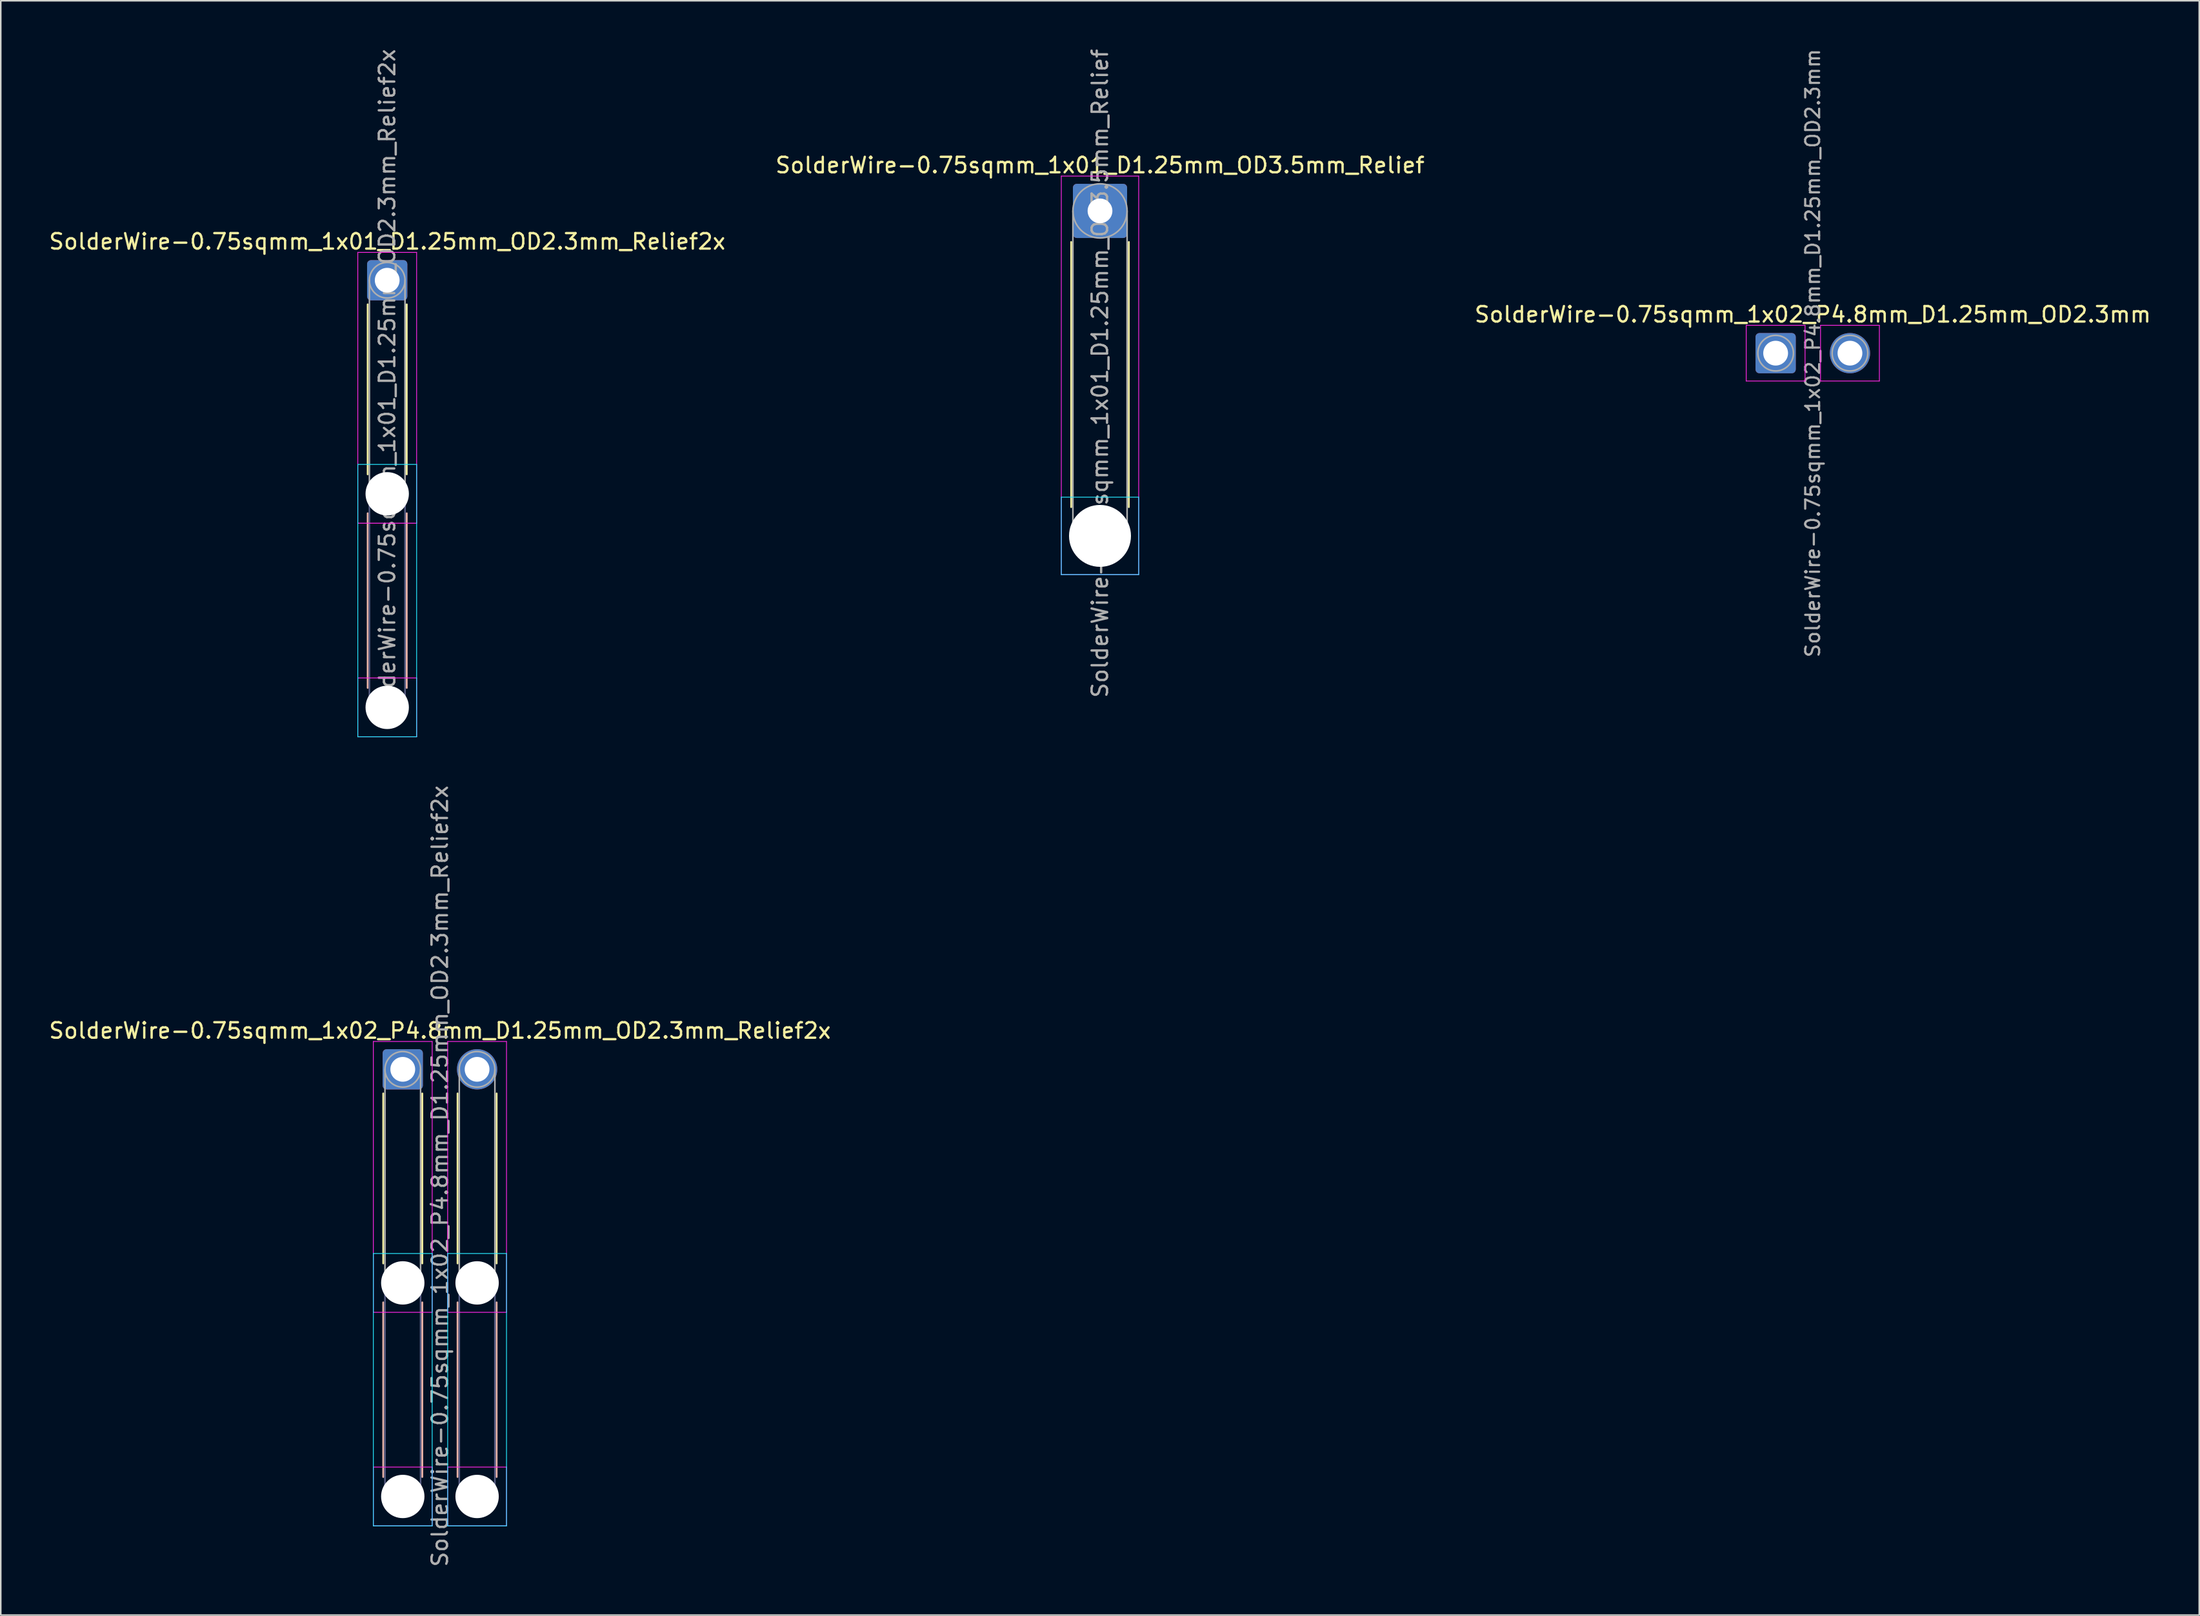
<source format=kicad_pcb>
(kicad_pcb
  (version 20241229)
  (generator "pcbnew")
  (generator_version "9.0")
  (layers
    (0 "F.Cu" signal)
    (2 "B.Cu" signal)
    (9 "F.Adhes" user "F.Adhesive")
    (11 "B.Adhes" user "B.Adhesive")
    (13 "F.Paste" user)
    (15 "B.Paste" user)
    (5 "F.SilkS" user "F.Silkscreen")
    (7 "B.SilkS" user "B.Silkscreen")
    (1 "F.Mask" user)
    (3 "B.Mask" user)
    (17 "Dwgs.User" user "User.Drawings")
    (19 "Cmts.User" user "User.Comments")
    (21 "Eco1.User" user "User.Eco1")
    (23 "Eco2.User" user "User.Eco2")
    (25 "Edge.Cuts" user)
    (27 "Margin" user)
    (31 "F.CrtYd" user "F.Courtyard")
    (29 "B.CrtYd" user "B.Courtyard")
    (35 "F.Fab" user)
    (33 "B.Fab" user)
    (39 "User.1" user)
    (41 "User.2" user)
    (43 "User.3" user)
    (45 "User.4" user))
  (footprint "SolderWire-0.75sqmm_1x02_P4.8mm_D1.25mm_OD2.3mm"
    (layer "F.Cu")
    (at 111.63 19.77)
    (property "Reference" "SolderWire-0.75sqmm_1x02_P4.8mm_D1.25mm_OD2.3mm" (at 2.4 -2.5 0) (layer "F.SilkS") (effects (font (size 1 1) (thickness 0.15))))
    (attr exclude_from_pos_files exclude_from_bom)
    (fp_line (start -1.9 -1.8) (end -1.9 1.8) (stroke (width 0.05) (type solid)) (layer "F.CrtYd"))
    (fp_line (start -1.9 1.8) (end 1.9 1.8) (stroke (width 0.05) (type solid)) (layer "F.CrtYd"))
    (fp_line (start 1.9 -1.8) (end -1.9 -1.8) (stroke (width 0.05) (type solid)) (layer "F.CrtYd"))
    (fp_line (start 1.9 1.8) (end 1.9 -1.8) (stroke (width 0.05) (type solid)) (layer "F.CrtYd"))
    (fp_line (start 2.9 -1.8) (end 2.9 1.8) (stroke (width 0.05) (type solid)) (layer "F.CrtYd"))
    (fp_line (start 2.9 1.8) (end 6.7 1.8) (stroke (width 0.05) (type solid)) (layer "F.CrtYd"))
    (fp_line (start 6.7 -1.8) (end 2.9 -1.8) (stroke (width 0.05) (type solid)) (layer "F.CrtYd"))
    (fp_line (start 6.7 1.8) (end 6.7 -1.8) (stroke (width 0.05) (type solid)) (layer "F.CrtYd"))
    (fp_circle (center 0 0) (end 1.15 0) (stroke (width 0.1) (type solid)) (fill no) (layer "F.Fab"))
    (fp_circle (center 4.8 0) (end 5.95 0) (stroke (width 0.1) (type solid)) (fill no) (layer "F.Fab"))
    (fp_text user "${REFERENCE}" (at 2.4 0 90) (layer "F.Fab") (effects (font (size 0.9 0.9) (thickness 0.14))))
    (pad "1" thru_hole roundrect (at 0 0) (size 2.6 2.6) (drill 1.6) (layers "*.Cu" "*.Mask") (roundrect_rratio 0.096))
    (pad "2" thru_hole circle (at 4.8 0) (size 2.6 2.6) (drill 1.6) (layers "*.Cu" "*.Mask")))
  (footprint "SolderWire-0.75sqmm_1x01_D1.25mm_OD3.5mm_Relief"
    (layer "F.Cu")
    (at 67.994 10.577)
    (property "Reference" "SolderWire-0.75sqmm_1x01_D1.25mm_OD3.5mm_Relief" (at 0 -2.95 0) (layer "F.SilkS") (effects (font (size 1 1) (thickness 0.15))))
    (attr exclude_from_pos_files exclude_from_bom)
    (fp_line (start -1.86 2.01) (end -1.86 19.14) (stroke (width 0.12) (type solid)) (layer "F.SilkS"))
    (fp_line (start 1.86 2.01) (end 1.86 19.14) (stroke (width 0.12) (type solid)) (layer "F.SilkS"))
    (fp_line (start -2.5 18.5) (end -2.5 23.5) (stroke (width 0.05) (type solid)) (layer "B.CrtYd"))
    (fp_line (start -2.5 23.5) (end 2.5 23.5) (stroke (width 0.05) (type solid)) (layer "B.CrtYd"))
    (fp_line (start 2.5 18.5) (end -2.5 18.5) (stroke (width 0.05) (type solid)) (layer "B.CrtYd"))
    (fp_line (start 2.5 23.5) (end 2.5 18.5) (stroke (width 0.05) (type solid)) (layer "B.CrtYd"))
    (fp_line (start -2.5 -2.25) (end -2.5 23.5) (stroke (width 0.05) (type solid)) (layer "F.CrtYd"))
    (fp_line (start -2.5 23.5) (end 2.5 23.5) (stroke (width 0.05) (type solid)) (layer "F.CrtYd"))
    (fp_line (start 2.5 -2.25) (end -2.5 -2.25) (stroke (width 0.05) (type solid)) (layer "F.CrtYd"))
    (fp_line (start 2.5 23.5) (end 2.5 -2.25) (stroke (width 0.05) (type solid)) (layer "F.CrtYd"))
    (fp_line (start -1.75 0) (end -1.75 21) (stroke (width 0.1) (type solid)) (layer "F.Fab"))
    (fp_line (start 1.75 0) (end 1.75 21) (stroke (width 0.1) (type solid)) (layer "F.Fab"))
    (fp_circle (center 0 0) (end 1.75 0) (stroke (width 0.1) (type solid)) (fill no) (layer "F.Fab"))
    (fp_circle (center 0 21) (end 1.75 21) (stroke (width 0.1) (type solid)) (fill no) (layer "F.Fab"))
    (fp_text user "${REFERENCE}" (at 0 10.5 90) (layer "F.Fab") (effects (font (size 1 1) (thickness 0.15))))
    (pad "" np_thru_hole circle (at 0 21) (size 4 4) (drill 4) (layers "*.Cu" "*.Mask"))
    (pad "1" thru_hole roundrect (at 0 0) (size 3.5 3.5) (drill 1.6) (layers "*.Cu" "*.Mask") (roundrect_rratio 0.071)))
  (footprint "SolderWire-0.75sqmm_1x01_D1.25mm_OD2.3mm_Relief2x"
    (layer "F.Cu")
    (at 21.958 15.058)
    (property "Reference" "SolderWire-0.75sqmm_1x01_D1.25mm_OD2.3mm_Relief2x" (at 0 -2.5 0) (layer "F.SilkS") (effects (font (size 1 1) (thickness 0.15))))
    (attr exclude_from_pos_files exclude_from_bom)
    (fp_line (start -1.26 1.56) (end -1.26 12.54) (stroke (width 0.12) (type solid)) (layer "F.SilkS"))
    (fp_line (start 1.26 1.56) (end 1.26 12.54) (stroke (width 0.12) (type solid)) (layer "F.SilkS"))
    (fp_line (start -1.26 15.06) (end -1.26 26.34) (stroke (width 0.12) (type solid)) (layer "B.SilkS"))
    (fp_line (start 1.26 15.06) (end 1.26 26.34) (stroke (width 0.12) (type solid)) (layer "B.SilkS"))
    (fp_line (start -1.9 11.9) (end -1.9 29.5) (stroke (width 0.05) (type solid)) (layer "B.CrtYd"))
    (fp_line (start -1.9 29.5) (end 1.9 29.5) (stroke (width 0.05) (type solid)) (layer "B.CrtYd"))
    (fp_line (start 1.9 11.9) (end -1.9 11.9) (stroke (width 0.05) (type solid)) (layer "B.CrtYd"))
    (fp_line (start 1.9 29.5) (end 1.9 11.9) (stroke (width 0.05) (type solid)) (layer "B.CrtYd"))
    (fp_line (start -1.9 -1.8) (end -1.9 15.7) (stroke (width 0.05) (type solid)) (layer "F.CrtYd"))
    (fp_line (start -1.9 15.7) (end 1.9 15.7) (stroke (width 0.05) (type solid)) (layer "F.CrtYd"))
    (fp_line (start -1.9 25.7) (end -1.9 29.5) (stroke (width 0.05) (type solid)) (layer "F.CrtYd"))
    (fp_line (start -1.9 29.5) (end 1.9 29.5) (stroke (width 0.05) (type solid)) (layer "F.CrtYd"))
    (fp_line (start 1.9 -1.8) (end -1.9 -1.8) (stroke (width 0.05) (type solid)) (layer "F.CrtYd"))
    (fp_line (start 1.9 15.7) (end 1.9 -1.8) (stroke (width 0.05) (type solid)) (layer "F.CrtYd"))
    (fp_line (start 1.9 25.7) (end -1.9 25.7) (stroke (width 0.05) (type solid)) (layer "F.CrtYd"))
    (fp_line (start 1.9 29.5) (end 1.9 25.7) (stroke (width 0.05) (type solid)) (layer "F.CrtYd"))
    (fp_line (start -1.15 13.8) (end -1.15 27.6) (stroke (width 0.1) (type solid)) (layer "B.Fab"))
    (fp_line (start 1.15 13.8) (end 1.15 27.6) (stroke (width 0.1) (type solid)) (layer "B.Fab"))
    (fp_circle (center 0 13.8) (end 1.15 13.8) (stroke (width 0.1) (type solid)) (fill no) (layer "B.Fab"))
    (fp_circle (center 0 27.6) (end 1.15 27.6) (stroke (width 0.1) (type solid)) (fill no) (layer "B.Fab"))
    (fp_line (start -1.15 0) (end -1.15 13.8) (stroke (width 0.1) (type solid)) (layer "F.Fab"))
    (fp_line (start 1.15 0) (end 1.15 13.8) (stroke (width 0.1) (type solid)) (layer "F.Fab"))
    (fp_circle (center 0 0) (end 1.15 0) (stroke (width 0.1) (type solid)) (fill no) (layer "F.Fab"))
    (fp_circle (center 0 13.8) (end 1.15 13.8) (stroke (width 0.1) (type solid)) (fill no) (layer "F.Fab"))
    (fp_circle (center 0 27.6) (end 1.15 27.6) (stroke (width 0.1) (type solid)) (fill no) (layer "F.Fab"))
    (fp_text user "${REFERENCE}" (at 0 6.9 90) (layer "F.Fab") (effects (font (size 1 1) (thickness 0.15))))
    (pad "" np_thru_hole circle (at 0 13.8) (size 2.8 2.8) (drill 2.8) (layers "*.Cu" "*.Mask"))
    (pad "" np_thru_hole circle (at 0 27.6) (size 2.8 2.8) (drill 2.8) (layers "*.Cu" "*.Mask"))
    (pad "1" thru_hole roundrect (at 0 0) (size 2.6 2.6) (drill 1.6) (layers "*.Cu" "*.Mask") (roundrect_rratio 0.096)))
  (footprint "SolderWire-0.75sqmm_1x02_P4.8mm_D1.25mm_OD2.3mm_Relief2x"
    (layer "F.Cu")
    (at 22.963 66.046)
    (property "Reference" "SolderWire-0.75sqmm_1x02_P4.8mm_D1.25mm_OD2.3mm_Relief2x" (at 2.4 -2.5 0) (layer "F.SilkS") (effects (font (size 1 1) (thickness 0.15))))
    (attr exclude_from_pos_files exclude_from_bom)
    (fp_line (start -1.26 1.56) (end -1.26 12.54) (stroke (width 0.12) (type solid)) (layer "F.SilkS"))
    (fp_line (start 1.26 1.56) (end 1.26 12.54) (stroke (width 0.12) (type solid)) (layer "F.SilkS"))
    (fp_line (start 3.54 1.56) (end 3.54 12.54) (stroke (width 0.12) (type solid)) (layer "F.SilkS"))
    (fp_line (start 6.06 1.56) (end 6.06 12.54) (stroke (width 0.12) (type solid)) (layer "F.SilkS"))
    (fp_line (start -1.26 15.06) (end -1.26 26.34) (stroke (width 0.12) (type solid)) (layer "B.SilkS"))
    (fp_line (start 1.26 15.06) (end 1.26 26.34) (stroke (width 0.12) (type solid)) (layer "B.SilkS"))
    (fp_line (start 3.54 15.06) (end 3.54 26.34) (stroke (width 0.12) (type solid)) (layer "B.SilkS"))
    (fp_line (start 6.06 15.06) (end 6.06 26.34) (stroke (width 0.12) (type solid)) (layer "B.SilkS"))
    (fp_line (start -1.9 11.9) (end -1.9 29.5) (stroke (width 0.05) (type solid)) (layer "B.CrtYd"))
    (fp_line (start -1.9 29.5) (end 1.9 29.5) (stroke (width 0.05) (type solid)) (layer "B.CrtYd"))
    (fp_line (start 1.9 11.9) (end -1.9 11.9) (stroke (width 0.05) (type solid)) (layer "B.CrtYd"))
    (fp_line (start 1.9 29.5) (end 1.9 11.9) (stroke (width 0.05) (type solid)) (layer "B.CrtYd"))
    (fp_line (start 2.9 11.9) (end 2.9 29.5) (stroke (width 0.05) (type solid)) (layer "B.CrtYd"))
    (fp_line (start 2.9 29.5) (end 6.7 29.5) (stroke (width 0.05) (type solid)) (layer "B.CrtYd"))
    (fp_line (start 6.7 11.9) (end 2.9 11.9) (stroke (width 0.05) (type solid)) (layer "B.CrtYd"))
    (fp_line (start 6.7 29.5) (end 6.7 11.9) (stroke (width 0.05) (type solid)) (layer "B.CrtYd"))
    (fp_line (start -1.9 -1.8) (end -1.9 15.7) (stroke (width 0.05) (type solid)) (layer "F.CrtYd"))
    (fp_line (start -1.9 15.7) (end 1.9 15.7) (stroke (width 0.05) (type solid)) (layer "F.CrtYd"))
    (fp_line (start -1.9 25.7) (end -1.9 29.5) (stroke (width 0.05) (type solid)) (layer "F.CrtYd"))
    (fp_line (start -1.9 29.5) (end 1.9 29.5) (stroke (width 0.05) (type solid)) (layer "F.CrtYd"))
    (fp_line (start 1.9 -1.8) (end -1.9 -1.8) (stroke (width 0.05) (type solid)) (layer "F.CrtYd"))
    (fp_line (start 1.9 15.7) (end 1.9 -1.8) (stroke (width 0.05) (type solid)) (layer "F.CrtYd"))
    (fp_line (start 1.9 25.7) (end -1.9 25.7) (stroke (width 0.05) (type solid)) (layer "F.CrtYd"))
    (fp_line (start 1.9 29.5) (end 1.9 25.7) (stroke (width 0.05) (type solid)) (layer "F.CrtYd"))
    (fp_line (start 2.9 -1.8) (end 2.9 15.7) (stroke (width 0.05) (type solid)) (layer "F.CrtYd"))
    (fp_line (start 2.9 15.7) (end 6.7 15.7) (stroke (width 0.05) (type solid)) (layer "F.CrtYd"))
    (fp_line (start 2.9 25.7) (end 2.9 29.5) (stroke (width 0.05) (type solid)) (layer "F.CrtYd"))
    (fp_line (start 2.9 29.5) (end 6.7 29.5) (stroke (width 0.05) (type solid)) (layer "F.CrtYd"))
    (fp_line (start 6.7 -1.8) (end 2.9 -1.8) (stroke (width 0.05) (type solid)) (layer "F.CrtYd"))
    (fp_line (start 6.7 15.7) (end 6.7 -1.8) (stroke (width 0.05) (type solid)) (layer "F.CrtYd"))
    (fp_line (start 6.7 25.7) (end 2.9 25.7) (stroke (width 0.05) (type solid)) (layer "F.CrtYd"))
    (fp_line (start 6.7 29.5) (end 6.7 25.7) (stroke (width 0.05) (type solid)) (layer "F.CrtYd"))
    (fp_line (start -1.15 13.8) (end -1.15 27.6) (stroke (width 0.1) (type solid)) (layer "B.Fab"))
    (fp_line (start 1.15 13.8) (end 1.15 27.6) (stroke (width 0.1) (type solid)) (layer "B.Fab"))
    (fp_line (start 3.65 13.8) (end 3.65 27.6) (stroke (width 0.1) (type solid)) (layer "B.Fab"))
    (fp_line (start 5.95 13.8) (end 5.95 27.6) (stroke (width 0.1) (type solid)) (layer "B.Fab"))
    (fp_circle (center 0 13.8) (end 1.15 13.8) (stroke (width 0.1) (type solid)) (fill no) (layer "B.Fab"))
    (fp_circle (center 0 27.6) (end 1.15 27.6) (stroke (width 0.1) (type solid)) (fill no) (layer "B.Fab"))
    (fp_circle (center 4.8 13.8) (end 5.95 13.8) (stroke (width 0.1) (type solid)) (fill no) (layer "B.Fab"))
    (fp_circle (center 4.8 27.6) (end 5.95 27.6) (stroke (width 0.1) (type solid)) (fill no) (layer "B.Fab"))
    (fp_line (start -1.15 0) (end -1.15 13.8) (stroke (width 0.1) (type solid)) (layer "F.Fab"))
    (fp_line (start 1.15 0) (end 1.15 13.8) (stroke (width 0.1) (type solid)) (layer "F.Fab"))
    (fp_line (start 3.65 0) (end 3.65 13.8) (stroke (width 0.1) (type solid)) (layer "F.Fab"))
    (fp_line (start 5.95 0) (end 5.95 13.8) (stroke (width 0.1) (type solid)) (layer "F.Fab"))
    (fp_circle (center 0 0) (end 1.15 0) (stroke (width 0.1) (type solid)) (fill no) (layer "F.Fab"))
    (fp_circle (center 0 13.8) (end 1.15 13.8) (stroke (width 0.1) (type solid)) (fill no) (layer "F.Fab"))
    (fp_circle (center 0 27.6) (end 1.15 27.6) (stroke (width 0.1) (type solid)) (fill no) (layer "F.Fab"))
    (fp_circle (center 4.8 0) (end 5.95 0) (stroke (width 0.1) (type solid)) (fill no) (layer "F.Fab"))
    (fp_circle (center 4.8 13.8) (end 5.95 13.8) (stroke (width 0.1) (type solid)) (fill no) (layer "F.Fab"))
    (fp_circle (center 4.8 27.6) (end 5.95 27.6) (stroke (width 0.1) (type solid)) (fill no) (layer "F.Fab"))
    (fp_text user "${REFERENCE}" (at 2.4 6.9 90) (layer "F.Fab") (effects (font (size 1 1) (thickness 0.15))))
    (pad "" np_thru_hole circle (at 0 13.8) (size 2.8 2.8) (drill 2.8) (layers "*.Cu" "*.Mask"))
    (pad "" np_thru_hole circle (at 0 27.6) (size 2.8 2.8) (drill 2.8) (layers "*.Cu" "*.Mask"))
    (pad "" np_thru_hole circle (at 4.8 13.8) (size 2.8 2.8) (drill 2.8) (layers "*.Cu" "*.Mask"))
    (pad "" np_thru_hole circle (at 4.8 27.6) (size 2.8 2.8) (drill 2.8) (layers "*.Cu" "*.Mask"))
    (pad "1" thru_hole roundrect (at 0 0) (size 2.6 2.6) (drill 1.6) (layers "*.Cu" "*.Mask") (roundrect_rratio 0.096))
    (pad "2" thru_hole circle (at 4.8 0) (size 2.6 2.6) (drill 1.6) (layers "*.Cu" "*.Mask")))
  (gr_rect
    (start -3 -3)
    (end 138.988 101.31)
    (stroke (width 0.1) (type default))
    (fill no)
    (layer "Edge.Cuts")))
</source>
